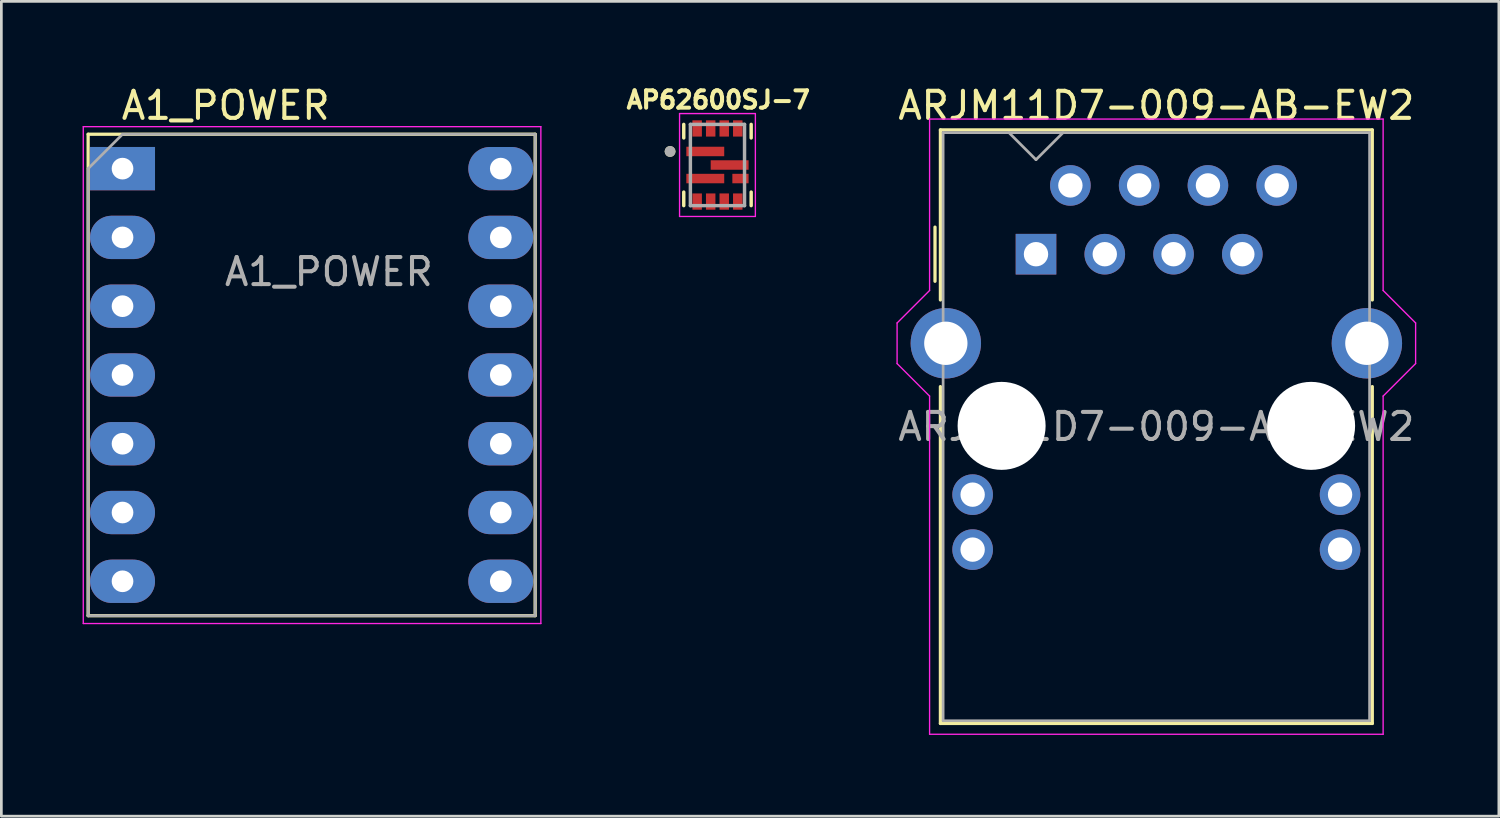
<source format=kicad_pcb>
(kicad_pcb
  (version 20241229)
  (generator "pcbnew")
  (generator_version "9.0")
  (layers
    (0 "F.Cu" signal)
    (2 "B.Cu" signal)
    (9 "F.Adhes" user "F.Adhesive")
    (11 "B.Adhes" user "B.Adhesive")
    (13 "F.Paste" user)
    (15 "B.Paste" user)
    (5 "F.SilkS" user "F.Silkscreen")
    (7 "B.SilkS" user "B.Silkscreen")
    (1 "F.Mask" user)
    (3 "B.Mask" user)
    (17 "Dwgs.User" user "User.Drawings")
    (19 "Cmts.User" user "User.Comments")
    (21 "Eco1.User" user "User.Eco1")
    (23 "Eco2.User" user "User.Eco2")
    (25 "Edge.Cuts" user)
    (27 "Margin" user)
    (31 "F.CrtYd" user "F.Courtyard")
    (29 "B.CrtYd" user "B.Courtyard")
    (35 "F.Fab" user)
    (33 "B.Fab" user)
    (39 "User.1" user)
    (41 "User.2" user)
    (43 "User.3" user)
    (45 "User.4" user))
  (footprint "A1_POWER"
    (layer "F.Cu")
    (at 1.475 3.178)
    (property "Reference" "A1_POWER" (at 3.81 -2.33 0) (layer "F.SilkS") (effects (font (size 1 1) (thickness 0.15))))
    (attr through_hole)
    (fp_line (start -1.27 -1.27) (end 15.24 -1.27) (stroke (width 0.12) (type default)) (layer "F.SilkS"))
    (fp_line (start -1.27 16.51) (end -1.27 -1.27) (stroke (width 0.12) (type default)) (layer "F.SilkS"))
    (fp_line (start 15.24 -1.27) (end 15.24 16.51) (stroke (width 0.12) (type default)) (layer "F.SilkS"))
    (fp_line (start 15.24 16.51) (end -1.27 16.51) (stroke (width 0.12) (type default)) (layer "F.SilkS"))
    (fp_line (start -1.45 -1.55) (end -1.45 16.8) (stroke (width 0.05) (type solid)) (layer "F.CrtYd"))
    (fp_line (start -1.45 16.8) (end 15.45 16.8) (stroke (width 0.05) (type solid)) (layer "F.CrtYd"))
    (fp_line (start 15.45 -1.55) (end -1.45 -1.55) (stroke (width 0.05) (type solid)) (layer "F.CrtYd"))
    (fp_line (start 15.45 16.8) (end 15.45 -1.55) (stroke (width 0.05) (type solid)) (layer "F.CrtYd"))
    (fp_line (start -1.27 0) (end 0 -1.27) (stroke (width 0.1) (type default)) (layer "F.Fab"))
    (fp_line (start -1.27 16.51) (end -1.27 0) (stroke (width 0.1) (type default)) (layer "F.Fab"))
    (fp_line (start 0 -1.27) (end 15.24 -1.27) (stroke (width 0.1) (type default)) (layer "F.Fab"))
    (fp_line (start 15.24 -1.27) (end 15.24 16.51) (stroke (width 0.1) (type default)) (layer "F.Fab"))
    (fp_line (start 15.24 16.51) (end -1.27 16.51) (stroke (width 0.1) (type default)) (layer "F.Fab"))
    (fp_text user "${REFERENCE}" (at 7.62 3.81 0) (layer "F.Fab") (effects (font (size 1 1) (thickness 0.15))))
    (pad "1" thru_hole rect (at 0 0) (size 2.4 1.6) (drill 0.8) (layers "*.Cu" "*.Mask"))
    (pad "2" thru_hole oval (at 0 2.54) (size 2.4 1.6) (drill 0.8) (layers "*.Cu" "*.Mask"))
    (pad "3" thru_hole oval (at 0 5.08) (size 2.4 1.6) (drill 0.8) (layers "*.Cu" "*.Mask"))
    (pad "4" thru_hole oval (at 0 7.62) (size 2.4 1.6) (drill 0.8) (layers "*.Cu" "*.Mask"))
    (pad "5" thru_hole oval (at 0 10.16) (size 2.4 1.6) (drill 0.8) (layers "*.Cu" "*.Mask"))
    (pad "6" thru_hole oval (at 0 12.7) (size 2.4 1.6) (drill 0.8) (layers "*.Cu" "*.Mask"))
    (pad "7" thru_hole oval (at 0 15.24) (size 2.4 1.6) (drill 0.8) (layers "*.Cu" "*.Mask"))
    (pad "8" thru_hole oval (at 13.97 15.24) (size 2.4 1.6) (drill 0.8) (layers "*.Cu" "*.Mask"))
    (pad "9" thru_hole oval (at 13.97 12.7) (size 2.4 1.6) (drill 0.8) (layers "*.Cu" "*.Mask"))
    (pad "10" thru_hole oval (at 13.97 10.16) (size 2.4 1.6) (drill 0.8) (layers "*.Cu" "*.Mask"))
    (pad "11" thru_hole oval (at 13.97 7.62) (size 2.4 1.6) (drill 0.8) (layers "*.Cu" "*.Mask"))
    (pad "12" thru_hole oval (at 13.97 5.08) (size 2.4 1.6) (drill 0.8) (layers "*.Cu" "*.Mask"))
    (pad "13" thru_hole oval (at 13.97 2.54) (size 2.4 1.6) (drill 0.8) (layers "*.Cu" "*.Mask"))
    (pad "14" thru_hole oval (at 13.97 0) (size 2.4 1.6) (drill 0.8) (layers "*.Cu" "*.Mask")))
  (footprint "AP62600SJ-7"
    (layer "F.Cu")
    (at 23.447 3.044)
    (property "Reference" "AP62600SJ-7" (at 0.032 -2.406 0) (layer "F.SilkS") (effects (font (size 0.64 0.64) (thickness 0.15))))
    (attr smd)
    (fp_line (start -1.245 -1.5) (end -1.245 -1) (stroke (width 0.127) (type solid)) (layer "F.SilkS"))
    (fp_line (start -1.245 1.5) (end -1.245 1) (stroke (width 0.127) (type solid)) (layer "F.SilkS"))
    (fp_line (start 1.245 -1.5) (end 1.245 -1) (stroke (width 0.127) (type solid)) (layer "F.SilkS"))
    (fp_line (start 1.245 1.5) (end 1.245 1) (stroke (width 0.127) (type solid)) (layer "F.SilkS"))
    (fp_circle (center -1.75 -0.5) (end -1.65 -0.5) (stroke (width 0.2) (type solid)) (fill no) (layer "F.SilkS"))
    (fp_line (start -1.4 -1.9) (end -1.4 1.9) (stroke (width 0.05) (type solid)) (layer "F.CrtYd"))
    (fp_line (start -1.4 1.9) (end 1.4 1.9) (stroke (width 0.05) (type solid)) (layer "F.CrtYd"))
    (fp_line (start 1.4 -1.9) (end -1.4 -1.9) (stroke (width 0.05) (type solid)) (layer "F.CrtYd"))
    (fp_line (start 1.4 1.9) (end 1.4 -1.9) (stroke (width 0.05) (type solid)) (layer "F.CrtYd"))
    (fp_line (start -1 -1.5) (end -1 1.5) (stroke (width 0.127) (type solid)) (layer "F.Fab"))
    (fp_line (start -1 -1.5) (end 1 -1.5) (stroke (width 0.127) (type solid)) (layer "F.Fab"))
    (fp_line (start 1 1.5) (end -1 1.5) (stroke (width 0.127) (type solid)) (layer "F.Fab"))
    (fp_line (start 1 1.5) (end 1 -1.5) (stroke (width 0.127) (type solid)) (layer "F.Fab"))
    (fp_circle (center -1.75 -0.5) (end -1.65 -0.5) (stroke (width 0.2) (type solid)) (fill no) (layer "F.Fab"))
    (pad "1" smd rect (at -0.45 -0.5) (size 1.4 0.35) (layers "F.Cu" "F.Mask" "F.Paste"))
    (pad "2" smd rect (at -0.45 0.5) (size 1.4 0.35) (layers "F.Cu" "F.Mask" "F.Paste"))
    (pad "3" smd rect (at -0.75 1.35) (size 0.35 0.6) (layers "F.Cu" "F.Mask" "F.Paste"))
    (pad "4" smd rect (at -0.25 1.35) (size 0.35 0.6) (layers "F.Cu" "F.Mask" "F.Paste"))
    (pad "5" smd rect (at 0.25 1.35) (size 0.35 0.6) (layers "F.Cu" "F.Mask" "F.Paste"))
    (pad "6" smd rect (at 0.75 1.35) (size 0.35 0.6) (layers "F.Cu" "F.Mask" "F.Paste"))
    (pad "7" smd rect (at 0.85 0.5 90) (size 0.35 0.6) (layers "F.Cu" "F.Mask" "F.Paste"))
    (pad "8" smd rect (at 0.45 0) (size 1.4 0.35) (layers "F.Cu" "F.Mask" "F.Paste"))
    (pad "9" smd rect (at 0.75 -1.35 180) (size 0.35 0.6) (layers "F.Cu" "F.Mask" "F.Paste"))
    (pad "10" smd rect (at 0.25 -1.35 180) (size 0.35 0.6) (layers "F.Cu" "F.Mask" "F.Paste"))
    (pad "11" smd rect (at -0.25 -1.35 180) (size 0.35 0.6) (layers "F.Cu" "F.Mask" "F.Paste"))
    (pad "12" smd rect (at -0.75 -1.35 180) (size 0.35 0.6) (layers "F.Cu" "F.Mask" "F.Paste")))
  (footprint "ARJM11D7-009-AB-EW2"
    (layer "F.Cu")
    (at 35.211 6.338)
    (property "Reference" "ARJM11D7-009-AB-EW2" (at 4.445 -5.49 0) (layer "F.SilkS") (effects (font (size 1 1) (thickness 0.15))))
    (attr through_hole)
    (fp_line (start -3.73 -1) (end -3.73 1) (stroke (width 0.12) (type solid)) (layer "F.SilkS"))
    (fp_line (start -3.53 -4.59) (end 12.42 -4.59) (stroke (width 0.12) (type solid)) (layer "F.SilkS"))
    (fp_line (start -3.53 1.69) (end -3.53 -4.59) (stroke (width 0.12) (type solid)) (layer "F.SilkS"))
    (fp_line (start -3.53 17.33) (end -3.53 4.89) (stroke (width 0.12) (type solid)) (layer "F.SilkS"))
    (fp_line (start 12.42 -4.59) (end 12.42 1.69) (stroke (width 0.12) (type solid)) (layer "F.SilkS"))
    (fp_line (start 12.42 4.89) (end 12.42 17.33) (stroke (width 0.12) (type solid)) (layer "F.SilkS"))
    (fp_line (start 12.42 17.33) (end -3.53 17.33) (stroke (width 0.12) (type solid)) (layer "F.SilkS"))
    (fp_line (start -5.13 2.54) (end -5.13 4.04) (stroke (width 0.05) (type solid)) (layer "F.CrtYd"))
    (fp_line (start -5.13 4.04) (end -3.93 5.24) (stroke (width 0.05) (type default)) (layer "F.CrtYd"))
    (fp_line (start -3.93 -4.99) (end -3.93 1.34) (stroke (width 0.05) (type solid)) (layer "F.CrtYd"))
    (fp_line (start -3.93 1.34) (end -5.13 2.54) (stroke (width 0.05) (type default)) (layer "F.CrtYd"))
    (fp_line (start -3.93 5.24) (end -3.93 17.73) (stroke (width 0.05) (type solid)) (layer "F.CrtYd"))
    (fp_line (start -3.93 17.73) (end 12.82 17.73) (stroke (width 0.05) (type solid)) (layer "F.CrtYd"))
    (fp_line (start 12.82 -4.99) (end -3.93 -4.99) (stroke (width 0.05) (type solid)) (layer "F.CrtYd"))
    (fp_line (start 12.82 -4.99) (end 12.82 1.34) (stroke (width 0.05) (type solid)) (layer "F.CrtYd"))
    (fp_line (start 12.82 1.34) (end 14.02 2.54) (stroke (width 0.05) (type default)) (layer "F.CrtYd"))
    (fp_line (start 12.82 5.24) (end 12.82 17.73) (stroke (width 0.05) (type solid)) (layer "F.CrtYd"))
    (fp_line (start 14.02 2.54) (end 14.02 4.04) (stroke (width 0.05) (type solid)) (layer "F.CrtYd"))
    (fp_line (start 14.02 4.04) (end 12.82 5.24) (stroke (width 0.05) (type default)) (layer "F.CrtYd"))
    (fp_line (start -3.43 -4.49) (end 12.32 -4.49) (stroke (width 0.1) (type solid)) (layer "F.Fab"))
    (fp_line (start -3.43 17.23) (end -3.43 -4.49) (stroke (width 0.1) (type solid)) (layer "F.Fab"))
    (fp_line (start 0 -3.49) (end -1 -4.49) (stroke (width 0.1) (type default)) (layer "F.Fab"))
    (fp_line (start 0 -3.49) (end 1 -4.49) (stroke (width 0.1) (type default)) (layer "F.Fab"))
    (fp_line (start 12.32 -4.49) (end 12.32 17.23) (stroke (width 0.1) (type solid)) (layer "F.Fab"))
    (fp_line (start 12.32 17.23) (end -3.43 17.23) (stroke (width 0.1) (type solid)) (layer "F.Fab"))
    (fp_text user "${REFERENCE}" (at 4.445 6.37 0) (layer "F.Fab") (effects (font (size 1 1) (thickness 0.15))))
    (pad "" np_thru_hole circle (at -1.27 6.34) (size 3.25 3.25) (drill 3.25) (layers "*.Cu" "*.Mask"))
    (pad "" np_thru_hole circle (at 10.16 6.34) (size 3.25 3.25) (drill 3.25) (layers "*.Cu" "*.Mask"))
    (pad "L1" thru_hole circle (at 11.23 8.88) (size 1.5 1.5) (drill 0.9) (layers "*.Cu" "*.Mask"))
    (pad "L2" thru_hole circle (at 11.23 10.91) (size 1.5 1.5) (drill 0.9) (layers "*.Cu" "*.Mask"))
    (pad "L3" thru_hole circle (at -2.34 8.88) (size 1.5 1.5) (drill 0.9) (layers "*.Cu" "*.Mask"))
    (pad "L4" thru_hole circle (at -2.34 10.91) (size 1.5 1.5) (drill 0.9) (layers "*.Cu" "*.Mask"))
    (pad "R1" thru_hole rect (at 0 0) (size 1.5 1.5) (drill 0.9) (layers "*.Cu" "*.Mask"))
    (pad "R2" thru_hole circle (at 1.27 -2.54) (size 1.5 1.5) (drill 0.9) (layers "*.Cu" "*.Mask"))
    (pad "R3" thru_hole circle (at 2.54 0) (size 1.5 1.5) (drill 0.9) (layers "*.Cu" "*.Mask"))
    (pad "R4" thru_hole circle (at 3.81 -2.54) (size 1.5 1.5) (drill 0.9) (layers "*.Cu" "*.Mask"))
    (pad "R5" thru_hole circle (at 5.08 0) (size 1.5 1.5) (drill 0.9) (layers "*.Cu" "*.Mask"))
    (pad "R6" thru_hole circle (at 6.35 -2.54) (size 1.5 1.5) (drill 0.9) (layers "*.Cu" "*.Mask"))
    (pad "R7" thru_hole circle (at 7.62 0) (size 1.5 1.5) (drill 0.9) (layers "*.Cu" "*.Mask"))
    (pad "R8" thru_hole circle (at 8.89 -2.54) (size 1.5 1.5) (drill 0.9) (layers "*.Cu" "*.Mask"))
    (pad "SH" thru_hole circle (at -3.33 3.29) (size 2.6 2.6) (drill 1.6) (layers "*.Cu" "*.Mask"))
    (pad "SH" thru_hole circle (at 12.22 3.29) (size 2.6 2.6) (drill 1.6) (layers "*.Cu" "*.Mask")))
  (gr_rect
    (start -3 -3)
    (end 52.305 27.093)
    (stroke (width 0.1) (type default))
    (fill no)
    (layer "Edge.Cuts")))
</source>
